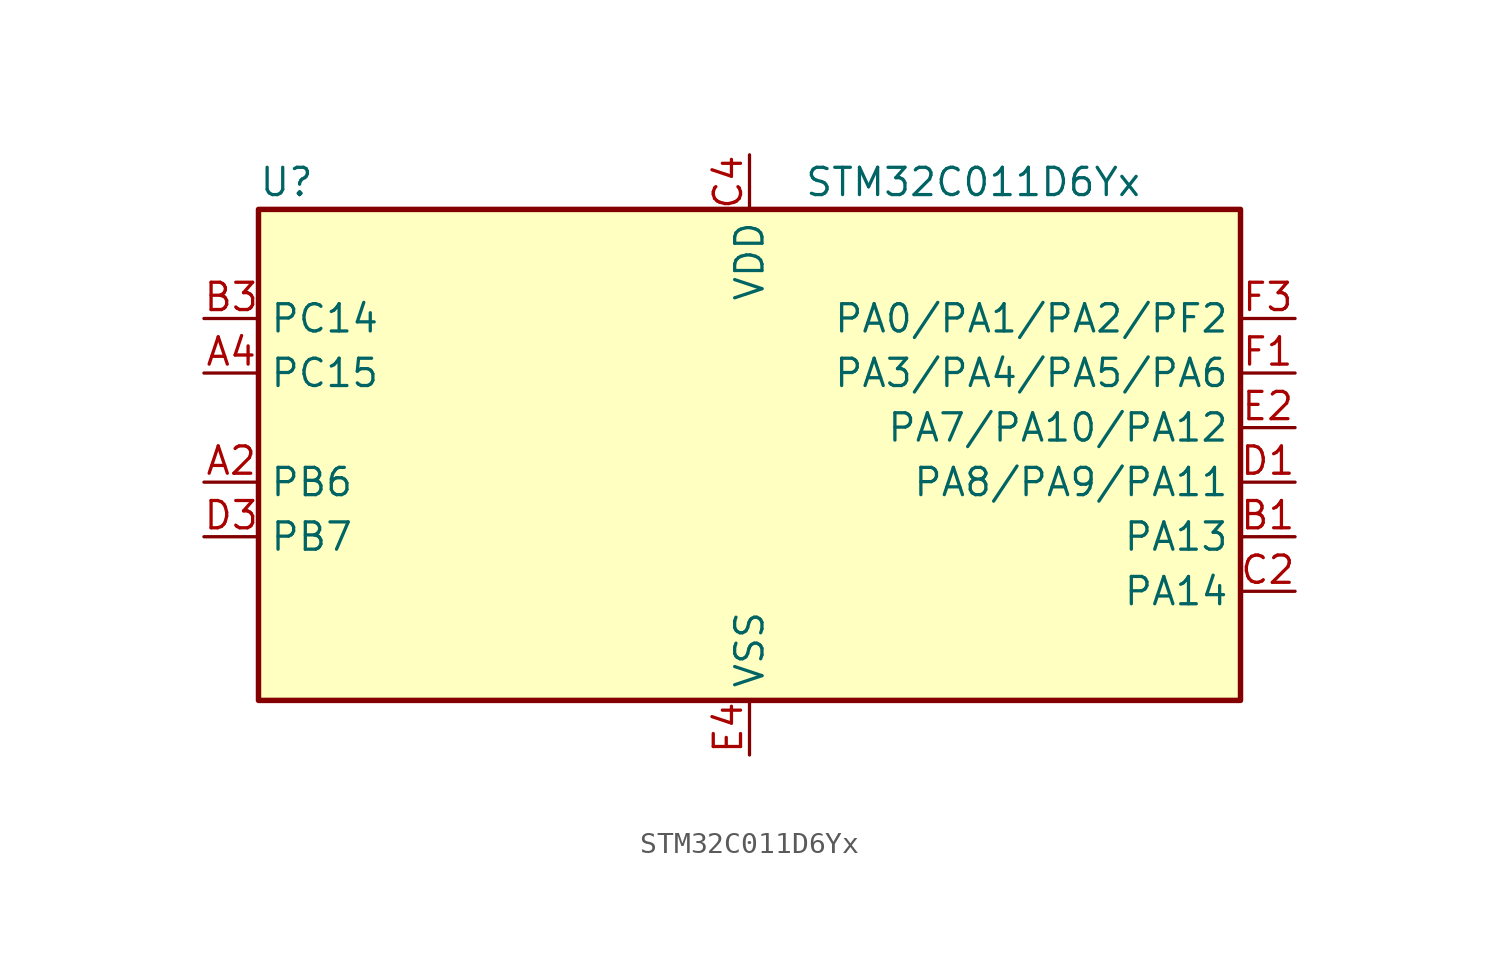
<source format=kicad_sym>
(kicad_symbol_lib
  (version 20241209)
  (generator "kicad_symbol_editor")
  (generator_version "9.0")
  (symbol "STM32C011D6Yx"
    (property "Reference" "U"
      (at -22.86 13.97 0)
      (effects (font (size 1.27 1.27)) (justify left)))
    (property "Value" "STM32C011D6Yx"
      (at 2.54 13.97 0)
      (effects (font (size 1.27 1.27)) (justify left)))
    (symbol "STM32C011D6Yx_0_1"
      (rectangle (start -22.86 -10.16) (end 22.86 12.7) (stroke (width 0.254) (type default)) (fill (type background))))
    (symbol "STM32C011D6Yx_1_1"
      (pin bidirectional line (at -25.4 7.62 0) (length 2.54) (name "PC14" (effects (font (size 1.27 1.27)))) (number "B3" (effects (font (size 1.27 1.27)))) (alternate "I2C1_SDA" bidirectional line) (alternate "IR_OUT" bidirectional line) (alternate "RCC_OSCX_IN" bidirectional line) (alternate "TIM17_CH1" bidirectional line) (alternate "TIM1_BKIN2" bidirectional line) (alternate "TIM1_ETR" bidirectional line) (alternate "TIM3_CH2" bidirectional line) (alternate "USART1_TX" bidirectional line) (alternate "USART2_CK" bidirectional line) (alternate "USART2_DE" bidirectional line) (alternate "USART2_RTS" bidirectional line))
      (pin bidirectional line (at -25.4 5.08 0) (length 2.54) (name "PC15" (effects (font (size 1.27 1.27)))) (number "A4" (effects (font (size 1.27 1.27)))) (alternate "RCC_OSC32_EN" bidirectional line) (alternate "RCC_OSCX_OUT" bidirectional line) (alternate "RCC_OSC_EN" bidirectional line) (alternate "TIM1_ETR" bidirectional line) (alternate "TIM3_CH3" bidirectional line))
      (pin bidirectional line (at -25.4 0 0) (length 2.54) (name "PB6" (effects (font (size 1.27 1.27)))) (number "A2" (effects (font (size 1.27 1.27)))) (alternate "I2C1_SCL" bidirectional line) (alternate "I2C1_SMBA" bidirectional line) (alternate "I2S1_CK" bidirectional line) (alternate "I2S1_MCK" bidirectional line) (alternate "I2S1_SD" bidirectional line) (alternate "PWR_WKUP3" bidirectional line) (alternate "SPI1_MISO" bidirectional line) (alternate "SPI1_MOSI" bidirectional line) (alternate "SPI1_SCK" bidirectional line) (alternate "TIM16_BKIN" bidirectional line) (alternate "TIM16_CH1N" bidirectional line) (alternate "TIM17_BKIN" bidirectional line) (alternate "TIM1_CH2" bidirectional line) (alternate "TIM1_CH3" bidirectional line) (alternate "TIM3_CH1" bidirectional line) (alternate "TIM3_CH2" bidirectional line) (alternate "TIM3_CH3" bidirectional line) (alternate "USART1_CK" bidirectional line) (alternate "USART1_CTS" bidirectional line) (alternate "USART1_DE" bidirectional line) (alternate "USART1_NSS" bidirectional line) (alternate "USART1_RTS" bidirectional line) (alternate "USART1_TX" bidirectional line))
      (pin bidirectional line (at -25.4 -2.54 0) (length 2.54) (name "PB7" (effects (font (size 1.27 1.27)))) (number "D3" (effects (font (size 1.27 1.27)))) (alternate "I2C1_SCL" bidirectional line) (alternate "I2C1_SDA" bidirectional line) (alternate "RTC_REFIN" bidirectional line) (alternate "TIM16_CH1" bidirectional line) (alternate "TIM17_CH1N" bidirectional line) (alternate "TIM1_CH4" bidirectional line) (alternate "TIM3_CH1" bidirectional line) (alternate "TIM3_CH4" bidirectional line) (alternate "USART1_RX" bidirectional line) (alternate "USART2_CTS" bidirectional line) (alternate "USART2_NSS" bidirectional line))
      (pin power_in line (at 0 15.24 270) (length 2.54) (name "VDD" (effects (font (size 1.27 1.27)))) (number "C4" (effects (font (size 1.27 1.27)))))
      (pin power_in line (at 0 -12.7 90) (length 2.54) (name "VSS" (effects (font (size 1.27 1.27)))) (number "E4" (effects (font (size 1.27 1.27)))))
      (pin bidirectional line (at 25.4 7.62 180) (length 2.54) (name "PA0/PA1/PA2/PF2" (effects (font (size 1.27 1.27)))) (number "F3" (effects (font (size 1.27 1.27)))) (alternate "ADC1_IN0 (PA0)" bidirectional line) (alternate "ADC1_IN1 (PA1)" bidirectional line) (alternate "ADC1_IN2 (PA2)" bidirectional line) (alternate "I2C1_SMBA (PA1)" bidirectional line) (alternate "I2S1_CK (PA1)" bidirectional line) (alternate "I2S1_SD (PA2)" bidirectional line) (alternate "PA0" bidirectional line) (alternate "PA1" bidirectional line) (alternate "PA2" bidirectional line) (alternate "PF2" bidirectional line) (alternate "PWR_WKUP1 (PA0)" bidirectional line) (alternate "PWR_WKUP4 (PA2)" bidirectional line) (alternate "RCC_LSCO (PA2)" bidirectional line) (alternate "RCC_MCO (PF2)" bidirectional line) (alternate "SPI1_MOSI (PA2)" bidirectional line) (alternate "SPI1_SCK (PA1)" bidirectional line) (alternate "TIM16_CH1 (PA0)" bidirectional line) (alternate "TIM16_CH1N (PA2)" bidirectional line) (alternate "TIM17_CH1 (PA1)" bidirectional line) (alternate "TIM1_CH1 (PA0)" bidirectional line) (alternate "TIM1_CH2 (PA1)" bidirectional line) (alternate "TIM1_CH3 (PA2)" bidirectional line) (alternate "TIM1_CH4 (PF2)" bidirectional line) (alternate "TIM3_ETR (PA2)" bidirectional line) (alternate "USART1_RX (PA1)" bidirectional line) (alternate "USART1_TX (PA0)" bidirectional line) (alternate "USART2_CK (PA1)" bidirectional line) (alternate "USART2_CTS (PA0)" bidirectional line) (alternate "USART2_DE (PA1)" bidirectional line) (alternate "USART2_NSS (PA0)" bidirectional line) (alternate "USART2_RTS (PA1)" bidirectional line) (alternate "USART2_TX (PA2)" bidirectional line))
      (pin bidirectional line (at 25.4 5.08 180) (length 2.54) (name "PA3/PA4/PA5/PA6" (effects (font (size 1.27 1.27)))) (number "F1" (effects (font (size 1.27 1.27)))) (alternate "ADC1_IN3 (PA3)" bidirectional line) (alternate "ADC1_IN4 (PA4)" bidirectional line) (alternate "ADC1_IN5 (PA5)" bidirectional line) (alternate "ADC1_IN6 (PA6)" bidirectional line) (alternate "I2S1_CK (PA5)" bidirectional line) (alternate "I2S1_MCK (PA6)" bidirectional line) (alternate "I2S1_WS (PA4)" bidirectional line) (alternate "PA3" bidirectional line) (alternate "PA4" bidirectional line) (alternate "PA5" bidirectional line) (alternate "PA6" bidirectional line) (alternate "PWR_WKUP2 (PA4)" bidirectional line) (alternate "RTC_OUT1 (PA4)" bidirectional line) (alternate "RTC_TS (PA4)" bidirectional line) (alternate "SPI1_MISO (PA6)" bidirectional line) (alternate "SPI1_NSS (PA4)" bidirectional line) (alternate "SPI1_SCK (PA5)" bidirectional line) (alternate "TIM14_CH1 (PA4)" bidirectional line) (alternate "TIM16_CH1 (PA6)" bidirectional line) (alternate "TIM17_CH1N (PA4)" bidirectional line) (alternate "TIM1_BKIN (PA6)" bidirectional line) (alternate "TIM1_CH1 (PA5)" bidirectional line) (alternate "TIM1_CH1N (PA3)" bidirectional line) (alternate "TIM1_CH2N (PA4)" bidirectional line) (alternate "TIM1_CH3N (PA5)" bidirectional line) (alternate "TIM1_CH4 (PA3)" bidirectional line) (alternate "TIM3_CH1 (PA6)" bidirectional line) (alternate "USART2_RX (PA3)" bidirectional line) (alternate "USART2_RX (PA5)" bidirectional line) (alternate "USART2_TX (PA4)" bidirectional line))
      (pin bidirectional line (at 25.4 2.54 180) (length 2.54) (name "PA7/PA10/PA12" (effects (font (size 1.27 1.27)))) (number "E2" (effects (font (size 1.27 1.27)))) (alternate "ADC1_IN12 (PA12)" bidirectional line) (alternate "ADC1_IN7 (PA7)" bidirectional line) (alternate "I2C1_SDA (PA10)" bidirectional line) (alternate "I2S1_SD (PA12)" bidirectional line) (alternate "I2S1_SD (PA7)" bidirectional line) (alternate "I2S_CKIN (PA12)" bidirectional line) (alternate "PA10" bidirectional line) (alternate "PA12" bidirectional line) (alternate "PA7" bidirectional line) (alternate "RCC_MCO_2 (PA10)" bidirectional line) (alternate "SPI1_MOSI (PA12)" bidirectional line) (alternate "SPI1_MOSI (PA7)" bidirectional line) (alternate "TIM14_CH1 (PA7)" bidirectional line) (alternate "TIM17_BKIN (PA10)" bidirectional line) (alternate "TIM17_CH1 (PA7)" bidirectional line) (alternate "TIM1_CH1N (PA7)" bidirectional line) (alternate "TIM1_CH3 (PA10)" bidirectional line) (alternate "TIM1_ETR (PA12)" bidirectional line) (alternate "TIM3_CH2 (PA7)" bidirectional line) (alternate "USART1_CK (PA12)" bidirectional line) (alternate "USART1_DE (PA12)" bidirectional line) (alternate "USART1_RTS (PA12)" bidirectional line) (alternate "USART1_RX (PA10)" bidirectional line))
      (pin bidirectional line (at 25.4 0 180) (length 2.54) (name "PA8/PA9/PA11" (effects (font (size 1.27 1.27)))) (number "D1" (effects (font (size 1.27 1.27)))) (alternate "ADC1_EXTI11 (PA11)" bidirectional line) (alternate "ADC1_IN11 (PA11)" bidirectional line) (alternate "ADC1_IN8 (PA8)" bidirectional line) (alternate "I2C1_SCL (PA9)" bidirectional line) (alternate "I2S1_MCK (PA11)" bidirectional line) (alternate "I2S1_WS (PA8)" bidirectional line) (alternate "PA11" bidirectional line) (alternate "PA8" bidirectional line) (alternate "PA9" bidirectional line) (alternate "RCC_MCO (PA8)" bidirectional line) (alternate "RCC_MCO (PA9)" bidirectional line) (alternate "RCC_MCO_2 (PA8)" bidirectional line) (alternate "SPI1_MISO (PA11)" bidirectional line) (alternate "SPI1_NSS (PA8)" bidirectional line) (alternate "TIM14_CH1 (PA8)" bidirectional line) (alternate "TIM1_BKIN2 (PA11)" bidirectional line) (alternate "TIM1_CH1 (PA8)" bidirectional line) (alternate "TIM1_CH2 (PA9)" bidirectional line) (alternate "TIM1_CH2N (PA8)" bidirectional line) (alternate "TIM1_CH3N (PA8)" bidirectional line) (alternate "TIM1_CH4 (PA11)" bidirectional line) (alternate "TIM3_CH3 (PA8)" bidirectional line) (alternate "TIM3_CH4 (PA8)" bidirectional line) (alternate "TIM3_ETR (PA9)" bidirectional line) (alternate "USART1_CTS (PA11)" bidirectional line) (alternate "USART1_NSS (PA11)" bidirectional line) (alternate "USART1_RX (PA8)" bidirectional line) (alternate "USART1_TX (PA9)" bidirectional line) (alternate "USART2_TX (PA8)" bidirectional line))
      (pin bidirectional line (at 25.4 -2.54 180) (length 2.54) (name "PA13" (effects (font (size 1.27 1.27)))) (number "B1" (effects (font (size 1.27 1.27)))) (alternate "ADC1_IN13" bidirectional line) (alternate "DEBUG_SWDIO" bidirectional line) (alternate "IR_OUT" bidirectional line) (alternate "TIM3_ETR" bidirectional line) (alternate "USART2_RX" bidirectional line))
      (pin bidirectional line (at 25.4 -5.08 180) (length 2.54) (name "PA14" (effects (font (size 1.27 1.27)))) (number "C2" (effects (font (size 1.27 1.27)))) (alternate "ADC1_IN14" bidirectional line) (alternate "DEBUG_SWCLK" bidirectional line) (alternate "I2S1_WS" bidirectional line) (alternate "RCC_MCO_2" bidirectional line) (alternate "SPI1_NSS" bidirectional line) (alternate "TIM1_CH1" bidirectional line) (alternate "USART1_CK" bidirectional line) (alternate "USART1_DE" bidirectional line) (alternate "USART1_RTS" bidirectional line) (alternate "USART2_RX" bidirectional line) (alternate "USART2_TX" bidirectional line)))))
</source>
